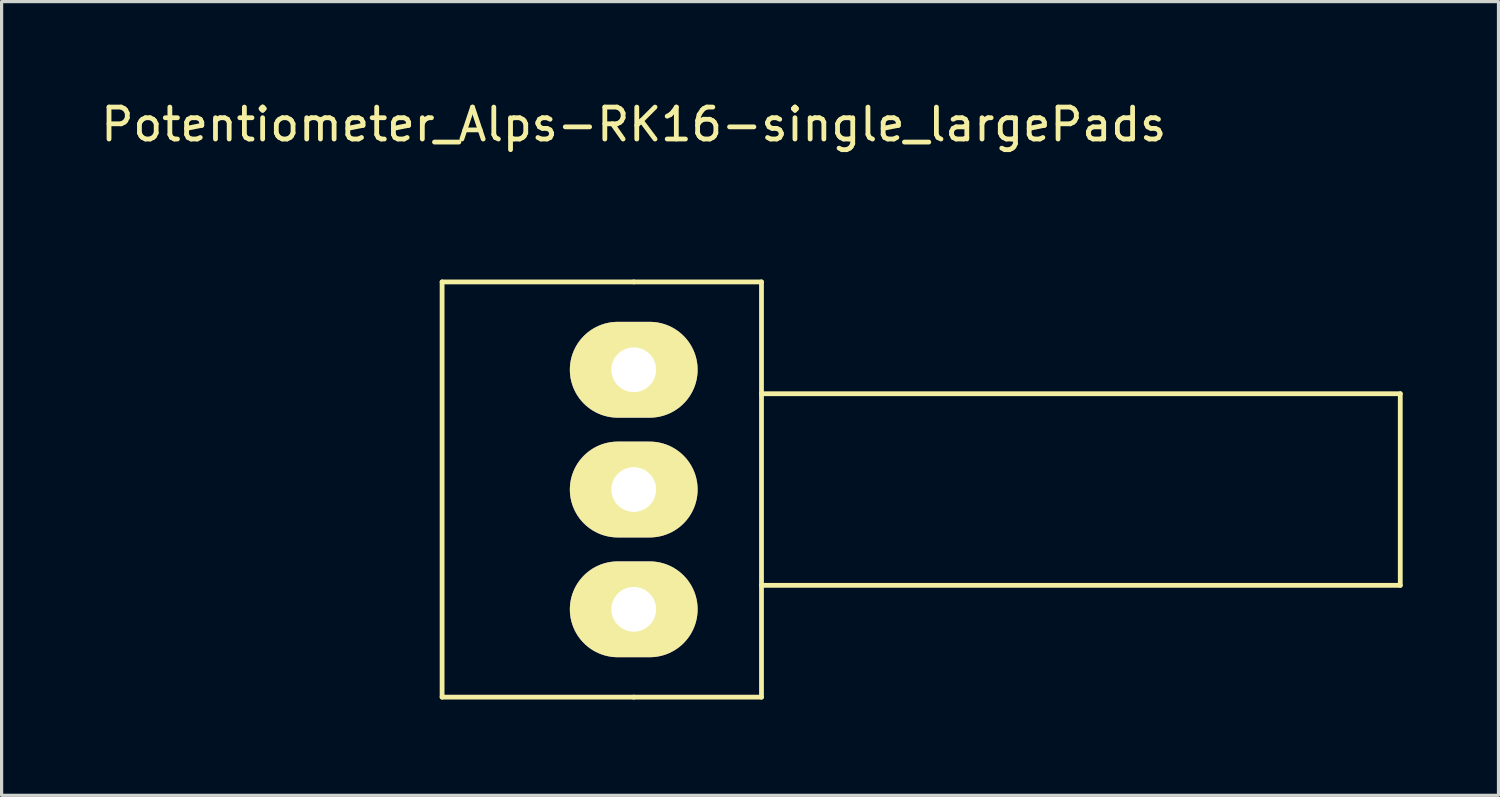
<source format=kicad_pcb>
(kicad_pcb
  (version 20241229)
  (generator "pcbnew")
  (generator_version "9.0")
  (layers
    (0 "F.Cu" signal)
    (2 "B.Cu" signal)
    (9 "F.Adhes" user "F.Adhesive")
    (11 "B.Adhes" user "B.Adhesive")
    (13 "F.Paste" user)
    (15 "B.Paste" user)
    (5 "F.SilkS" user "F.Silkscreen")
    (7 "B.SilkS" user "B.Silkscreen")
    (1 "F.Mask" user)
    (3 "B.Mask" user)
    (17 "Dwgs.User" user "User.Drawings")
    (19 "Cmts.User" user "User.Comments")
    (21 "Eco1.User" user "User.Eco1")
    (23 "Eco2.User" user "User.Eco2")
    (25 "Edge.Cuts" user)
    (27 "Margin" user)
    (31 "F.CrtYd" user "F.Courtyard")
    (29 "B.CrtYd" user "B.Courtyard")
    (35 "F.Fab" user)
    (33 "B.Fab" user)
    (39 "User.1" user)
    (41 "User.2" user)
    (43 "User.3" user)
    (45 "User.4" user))
  (footprint "Potentiometer_Alps-RK16-single_largePads"
    (layer "F.Cu")
    (at 16.792 7.277)
    (property "Reference" "Potentiometer_Alps-RK16-single_largePads" (at 0 -6.429 0) (layer "F.SilkS") (effects (font (size 1 1) (thickness 0.15))))
    (attr through_hole)
    (fp_line (start -6 -1.5) (end -6 11.5) (stroke (width 0.15) (type solid)) (layer "F.SilkS"))
    (fp_line (start -6 11.5) (end 0 11.5) (stroke (width 0.15) (type solid)) (layer "F.SilkS"))
    (fp_line (start 0 -1.5) (end -6 -1.5) (stroke (width 0.15) (type solid)) (layer "F.SilkS"))
    (fp_line (start 0 11.5) (end 4 11.5) (stroke (width 0.15) (type solid)) (layer "F.SilkS"))
    (fp_line (start 4 -1.5) (end 0 -1.5) (stroke (width 0.15) (type solid)) (layer "F.SilkS"))
    (fp_line (start 4 2) (end 24 2) (stroke (width 0.15) (type solid)) (layer "F.SilkS"))
    (fp_line (start 4 11.5) (end 4 -1.5) (stroke (width 0.15) (type solid)) (layer "F.SilkS"))
    (fp_line (start 24 2) (end 24 8) (stroke (width 0.15) (type solid)) (layer "F.SilkS"))
    (fp_line (start 24 8) (end 4 8) (stroke (width 0.15) (type solid)) (layer "F.SilkS"))
    (pad "1" thru_hole oval (at 0 1.25) (size 4 3) (drill 1.4) (layers "*.Cu" "*.Mask" "F.SilkS"))
    (pad "2" thru_hole oval (at 0 5) (size 4 3) (drill 1.4) (layers "*.Cu" "*.Mask" "F.SilkS"))
    (pad "3" thru_hole oval (at 0 8.75) (size 4 3) (drill 1.4) (layers "*.Cu" "*.Mask" "F.SilkS")))
  (gr_rect
    (start -3 -3)
    (end 43.867 21.852)
    (stroke (width 0.1) (type default))
    (fill no)
    (layer "Edge.Cuts")))
</source>
